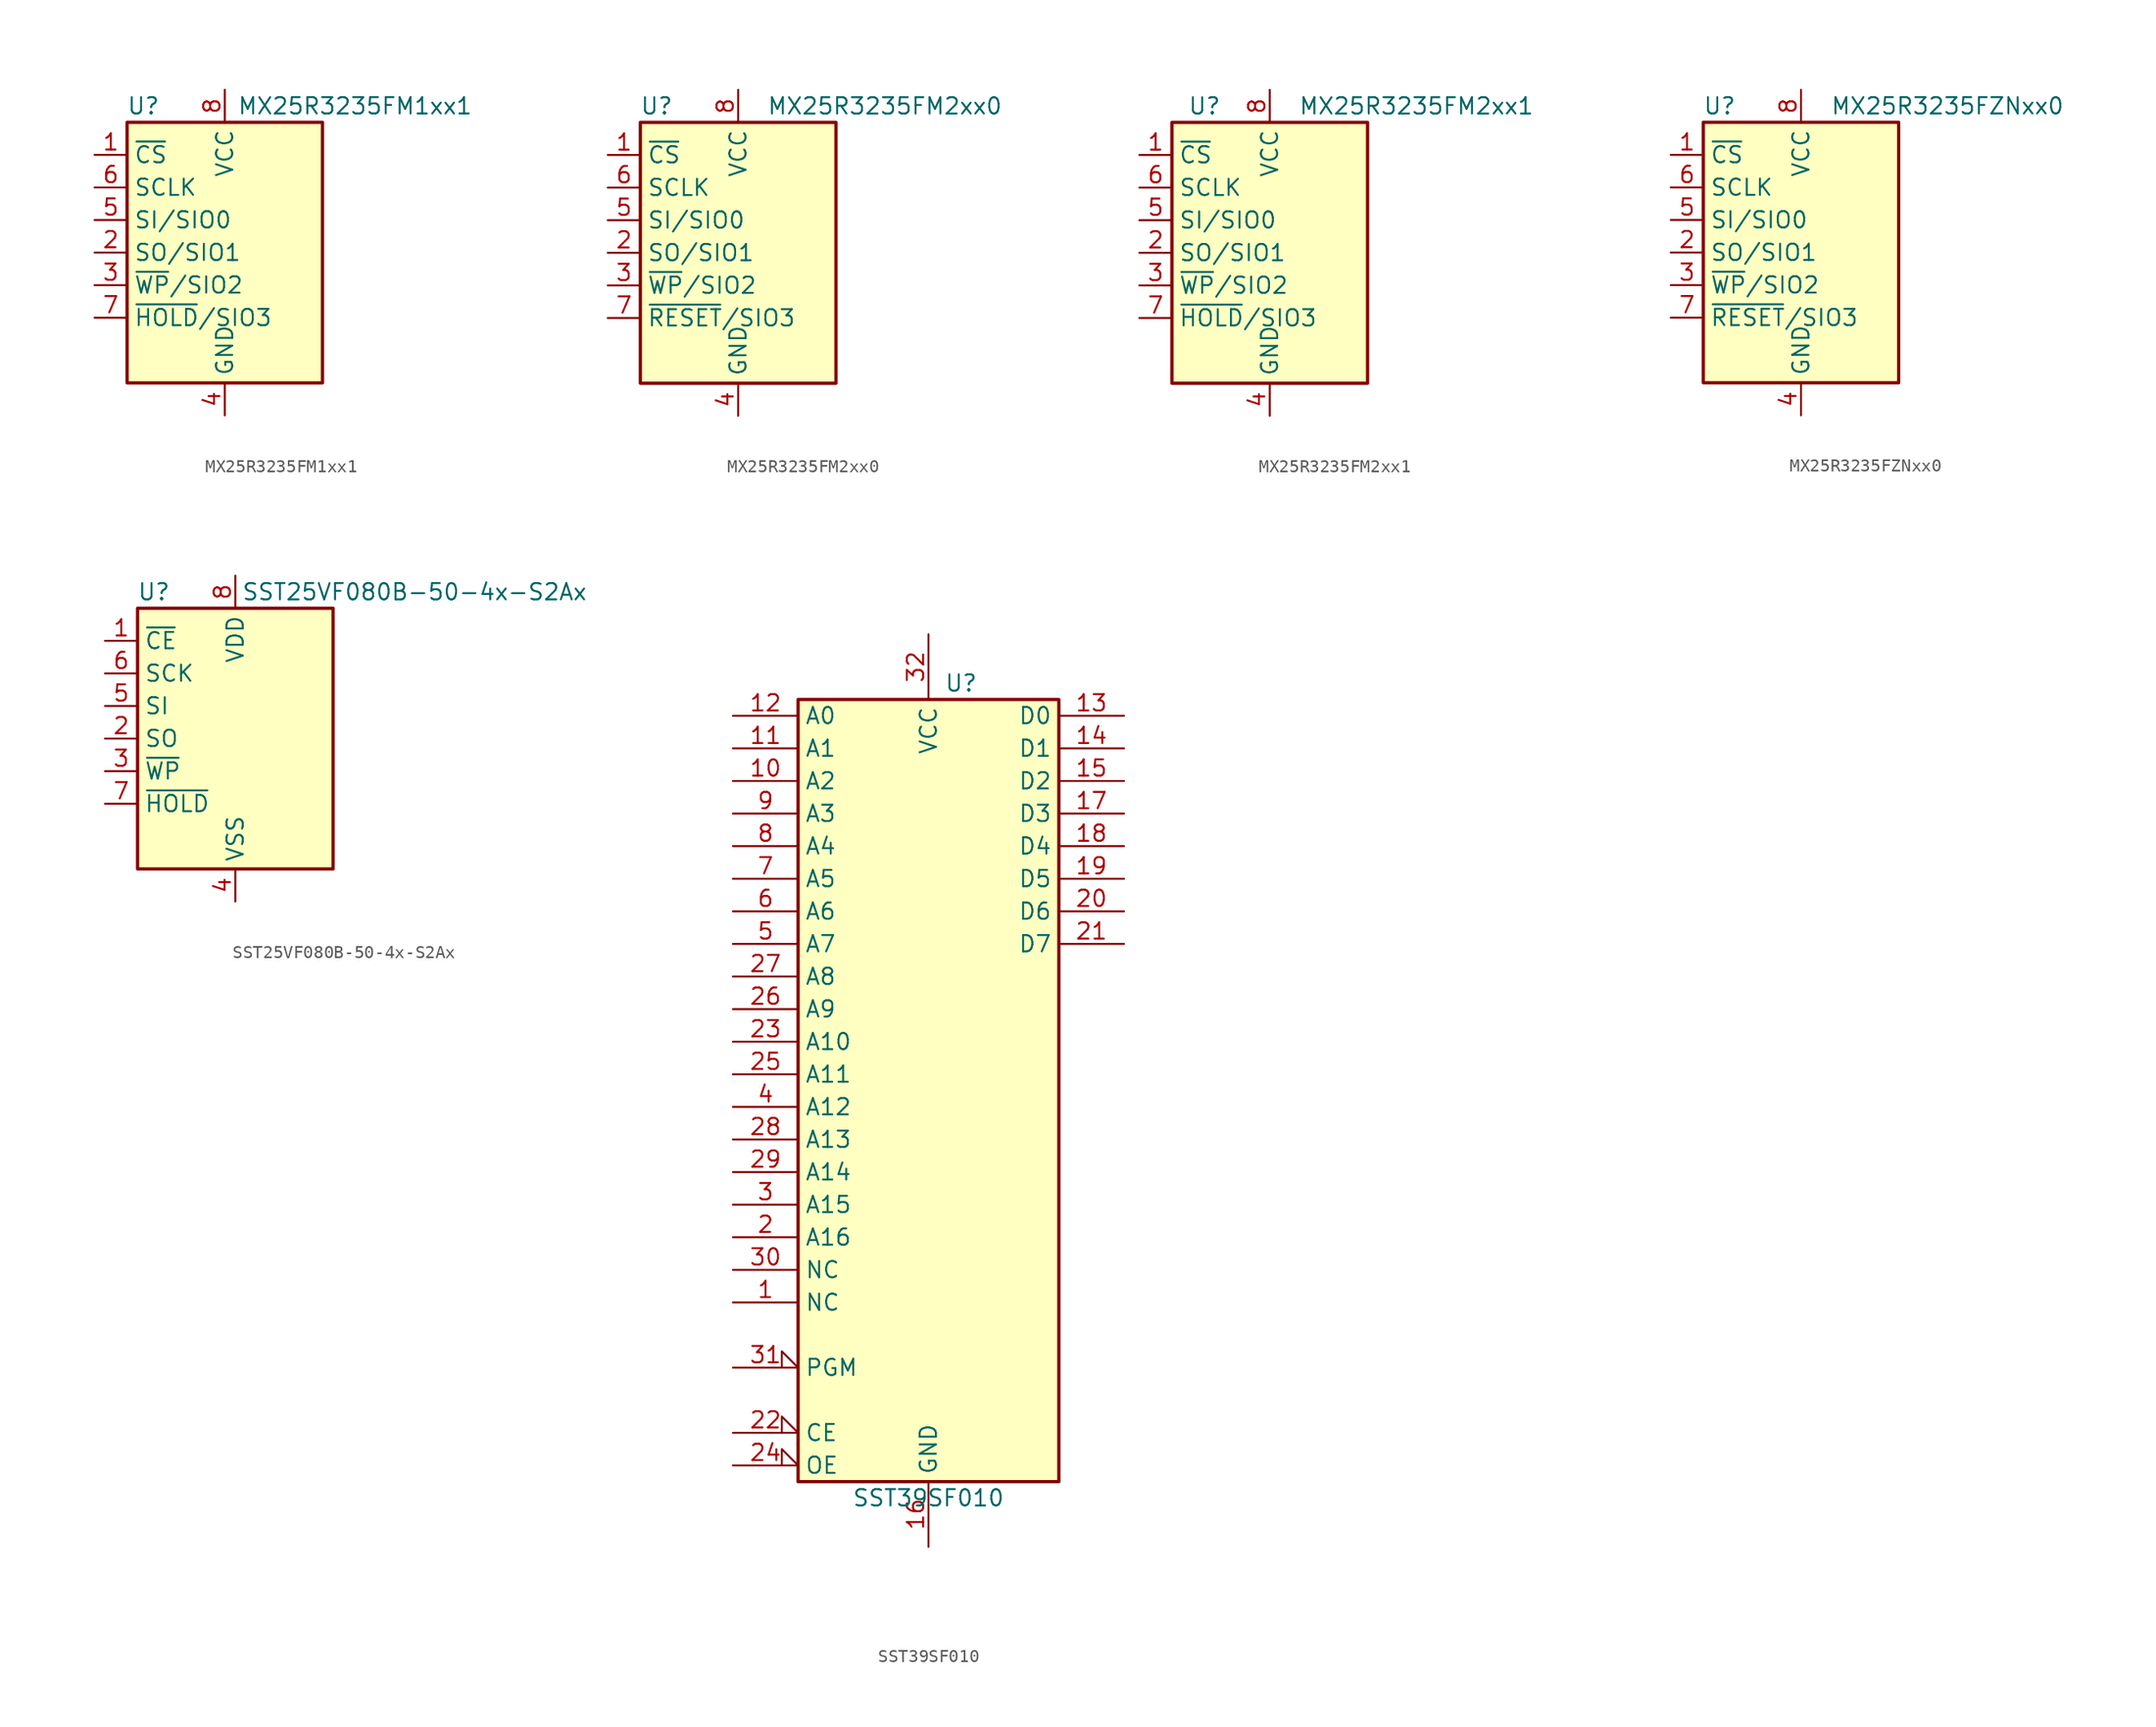
<source format=kicad_sym>
(kicad_symbol_lib
  (version 20211014)
  (generator kicad_symbol_editor)
  (symbol "MX25R3235FM1xx1"
    (property "Reference" "U"
      (at -6.35 11.43 0)
      (effects (font (size 1.27 1.27))))
    (property "Value" "MX25R3235FM1xx1"
      (at 10.16 11.43 0)
      (effects (font (size 1.27 1.27))))
    (symbol "MX25R3235FM1xx1_0_1"
      (rectangle (start -7.62 10.16) (end 7.62 -10.16) (stroke (width 0.254) (type default) (color 0 0 0 0)) (fill (type background))))
    (symbol "MX25R3235FM1xx1_1_1"
      (pin input line (at -10.16 7.62 0) (length 2.54) (name "~{CS}" (effects (font (size 1.27 1.27)))) (number "1" (effects (font (size 1.27 1.27)))))
      (pin bidirectional line (at -10.16 0 0) (length 2.54) (name "SO/SIO1" (effects (font (size 1.27 1.27)))) (number "2" (effects (font (size 1.27 1.27)))))
      (pin bidirectional line (at -10.16 -2.54 0) (length 2.54) (name "~{WP}/SIO2" (effects (font (size 1.27 1.27)))) (number "3" (effects (font (size 1.27 1.27)))))
      (pin power_in line (at 0 -12.7 90) (length 2.54) (name "GND" (effects (font (size 1.27 1.27)))) (number "4" (effects (font (size 1.27 1.27)))))
      (pin bidirectional line (at -10.16 2.54 0) (length 2.54) (name "SI/SIO0" (effects (font (size 1.27 1.27)))) (number "5" (effects (font (size 1.27 1.27)))))
      (pin input line (at -10.16 5.08 0) (length 2.54) (name "SCLK" (effects (font (size 1.27 1.27)))) (number "6" (effects (font (size 1.27 1.27)))))
      (pin bidirectional line (at -10.16 -5.08 0) (length 2.54) (name "~{HOLD}/SIO3" (effects (font (size 1.27 1.27)))) (number "7" (effects (font (size 1.27 1.27)))))
      (pin power_in line (at 0 12.7 270) (length 2.54) (name "VCC" (effects (font (size 1.27 1.27)))) (number "8" (effects (font (size 1.27 1.27)))))))
  (symbol "MX25R3235FM2xx0"
    (property "Reference" "U"
      (at -6.35 11.43 0)
      (effects (font (size 1.27 1.27))))
    (property "Value" "MX25R3235FM2xx0"
      (at 11.43 11.43 0)
      (effects (font (size 1.27 1.27))))
    (symbol "MX25R3235FM2xx0_0_1"
      (rectangle (start -7.62 10.16) (end 7.62 -10.16) (stroke (width 0.254) (type default) (color 0 0 0 0)) (fill (type background))))
    (symbol "MX25R3235FM2xx0_1_1"
      (pin input line (at -10.16 7.62 0) (length 2.54) (name "~{CS}" (effects (font (size 1.27 1.27)))) (number "1" (effects (font (size 1.27 1.27)))))
      (pin bidirectional line (at -10.16 0 0) (length 2.54) (name "SO/SIO1" (effects (font (size 1.27 1.27)))) (number "2" (effects (font (size 1.27 1.27)))))
      (pin bidirectional line (at -10.16 -2.54 0) (length 2.54) (name "~{WP}/SIO2" (effects (font (size 1.27 1.27)))) (number "3" (effects (font (size 1.27 1.27)))))
      (pin power_in line (at 0 -12.7 90) (length 2.54) (name "GND" (effects (font (size 1.27 1.27)))) (number "4" (effects (font (size 1.27 1.27)))))
      (pin bidirectional line (at -10.16 2.54 0) (length 2.54) (name "SI/SIO0" (effects (font (size 1.27 1.27)))) (number "5" (effects (font (size 1.27 1.27)))))
      (pin input line (at -10.16 5.08 0) (length 2.54) (name "SCLK" (effects (font (size 1.27 1.27)))) (number "6" (effects (font (size 1.27 1.27)))))
      (pin bidirectional line (at -10.16 -5.08 0) (length 2.54) (name "~{RESET}/SIO3" (effects (font (size 1.27 1.27)))) (number "7" (effects (font (size 1.27 1.27)))))
      (pin power_in line (at 0 12.7 270) (length 2.54) (name "VCC" (effects (font (size 1.27 1.27)))) (number "8" (effects (font (size 1.27 1.27)))))))
  (symbol "MX25R3235FM2xx1"
    (property "Reference" "U"
      (at -5.08 11.43 0)
      (effects (font (size 1.27 1.27))))
    (property "Value" "MX25R3235FM2xx1"
      (at 11.43 11.43 0)
      (effects (font (size 1.27 1.27))))
    (symbol "MX25R3235FM2xx1_0_1"
      (rectangle (start -7.62 10.16) (end 7.62 -10.16) (stroke (width 0.254) (type default) (color 0 0 0 0)) (fill (type background))))
    (symbol "MX25R3235FM2xx1_1_1"
      (pin input line (at -10.16 7.62 0) (length 2.54) (name "~{CS}" (effects (font (size 1.27 1.27)))) (number "1" (effects (font (size 1.27 1.27)))))
      (pin bidirectional line (at -10.16 0 0) (length 2.54) (name "SO/SIO1" (effects (font (size 1.27 1.27)))) (number "2" (effects (font (size 1.27 1.27)))))
      (pin bidirectional line (at -10.16 -2.54 0) (length 2.54) (name "~{WP}/SIO2" (effects (font (size 1.27 1.27)))) (number "3" (effects (font (size 1.27 1.27)))))
      (pin power_in line (at 0 -12.7 90) (length 2.54) (name "GND" (effects (font (size 1.27 1.27)))) (number "4" (effects (font (size 1.27 1.27)))))
      (pin bidirectional line (at -10.16 2.54 0) (length 2.54) (name "SI/SIO0" (effects (font (size 1.27 1.27)))) (number "5" (effects (font (size 1.27 1.27)))))
      (pin input line (at -10.16 5.08 0) (length 2.54) (name "SCLK" (effects (font (size 1.27 1.27)))) (number "6" (effects (font (size 1.27 1.27)))))
      (pin bidirectional line (at -10.16 -5.08 0) (length 2.54) (name "~{HOLD}/SIO3" (effects (font (size 1.27 1.27)))) (number "7" (effects (font (size 1.27 1.27)))))
      (pin power_in line (at 0 12.7 270) (length 2.54) (name "VCC" (effects (font (size 1.27 1.27)))) (number "8" (effects (font (size 1.27 1.27)))))))
  (symbol "MX25R3235FZNxx0"
    (property "Reference" "U"
      (at -6.35 11.43 0)
      (effects (font (size 1.27 1.27))))
    (property "Value" "MX25R3235FZNxx0"
      (at 11.43 11.43 0)
      (effects (font (size 1.27 1.27))))
    (symbol "MX25R3235FZNxx0_0_1"
      (rectangle (start -7.62 10.16) (end 7.62 -10.16) (stroke (width 0.254) (type default) (color 0 0 0 0)) (fill (type background))))
    (symbol "MX25R3235FZNxx0_1_1"
      (pin input line (at -10.16 7.62 0) (length 2.54) (name "~{CS}" (effects (font (size 1.27 1.27)))) (number "1" (effects (font (size 1.27 1.27)))))
      (pin bidirectional line (at -10.16 0 0) (length 2.54) (name "SO/SIO1" (effects (font (size 1.27 1.27)))) (number "2" (effects (font (size 1.27 1.27)))))
      (pin bidirectional line (at -10.16 -2.54 0) (length 2.54) (name "~{WP}/SIO2" (effects (font (size 1.27 1.27)))) (number "3" (effects (font (size 1.27 1.27)))))
      (pin power_in line (at 0 -12.7 90) (length 2.54) (name "GND" (effects (font (size 1.27 1.27)))) (number "4" (effects (font (size 1.27 1.27)))))
      (pin bidirectional line (at -10.16 2.54 0) (length 2.54) (name "SI/SIO0" (effects (font (size 1.27 1.27)))) (number "5" (effects (font (size 1.27 1.27)))))
      (pin input line (at -10.16 5.08 0) (length 2.54) (name "SCLK" (effects (font (size 1.27 1.27)))) (number "6" (effects (font (size 1.27 1.27)))))
      (pin bidirectional line (at -10.16 -5.08 0) (length 2.54) (name "~{RESET}/SIO3" (effects (font (size 1.27 1.27)))) (number "7" (effects (font (size 1.27 1.27)))))
      (pin power_in line (at 0 12.7 270) (length 2.54) (name "VCC" (effects (font (size 1.27 1.27)))) (number "8" (effects (font (size 1.27 1.27)))))
      (pin passive line (at 0 -12.7 90) (length 2.54) hide (name "GND" (effects (font (size 1.27 1.27)))) (number "9" (effects (font (size 1.27 1.27)))))))
  (symbol "SST25VF080B-50-4x-S2Ax"
    (property "Reference" "U"
      (at -6.35 11.43 0)
      (effects (font (size 1.27 1.27))))
    (property "Value" "SST25VF080B-50-4x-S2Ax"
      (at 13.97 11.43 0)
      (effects (font (size 1.27 1.27))))
    (symbol "SST25VF080B-50-4x-S2Ax_0_1"
      (rectangle (start -7.62 10.16) (end 7.62 -10.16) (stroke (width 0.254) (type default) (color 0 0 0 0)) (fill (type background))))
    (symbol "SST25VF080B-50-4x-S2Ax_1_1"
      (pin input line (at -10.16 7.62 0) (length 2.54) (name "~{CE}" (effects (font (size 1.27 1.27)))) (number "1" (effects (font (size 1.27 1.27)))))
      (pin output line (at -10.16 0 0) (length 2.54) (name "SO" (effects (font (size 1.27 1.27)))) (number "2" (effects (font (size 1.27 1.27)))))
      (pin input line (at -10.16 -2.54 0) (length 2.54) (name "~{WP}" (effects (font (size 1.27 1.27)))) (number "3" (effects (font (size 1.27 1.27)))))
      (pin power_in line (at 0 -12.7 90) (length 2.54) (name "VSS" (effects (font (size 1.27 1.27)))) (number "4" (effects (font (size 1.27 1.27)))))
      (pin input line (at -10.16 2.54 0) (length 2.54) (name "SI" (effects (font (size 1.27 1.27)))) (number "5" (effects (font (size 1.27 1.27)))))
      (pin input line (at -10.16 5.08 0) (length 2.54) (name "SCK" (effects (font (size 1.27 1.27)))) (number "6" (effects (font (size 1.27 1.27)))))
      (pin input line (at -10.16 -5.08 0) (length 2.54) (name "~{HOLD}" (effects (font (size 1.27 1.27)))) (number "7" (effects (font (size 1.27 1.27)))))
      (pin power_in line (at 0 12.7 270) (length 2.54) (name "VDD" (effects (font (size 1.27 1.27)))) (number "8" (effects (font (size 1.27 1.27)))))))
  (symbol "SST39SF010"
    (property "Reference" "U"
      (at 2.54 33.02 0)
      (effects (font (size 1.27 1.27))))
    (property "Value" "SST39SF010"
      (at 0 -30.48 0)
      (effects (font (size 1.27 1.27))))
    (symbol "SST39SF010_0_0"
      (pin power_in line (at 0 -34.29 90) (length 5.08) (name "GND" (effects (font (size 1.27 1.27)))) (number "16" (effects (font (size 1.27 1.27)))))
      (pin power_in line (at 0 36.83 270) (length 5.08) (name "VCC" (effects (font (size 1.27 1.27)))) (number "32" (effects (font (size 1.27 1.27))))))
    (symbol "SST39SF010_0_1"
      (rectangle (start -10.16 31.75) (end 10.16 -29.21) (stroke (width 0.254) (type default) (color 0 0 0 0)) (fill (type background))))
    (symbol "SST39SF010_1_1"
      (pin input line (at -15.24 -15.24 0) (length 5.08) (name "NC" (effects (font (size 1.27 1.27)))) (number "1" (effects (font (size 1.27 1.27)))))
      (pin input line (at -15.24 25.4 0) (length 5.08) (name "A2" (effects (font (size 1.27 1.27)))) (number "10" (effects (font (size 1.27 1.27)))))
      (pin input line (at -15.24 27.94 0) (length 5.08) (name "A1" (effects (font (size 1.27 1.27)))) (number "11" (effects (font (size 1.27 1.27)))))
      (pin input line (at -15.24 30.48 0) (length 5.08) (name "A0" (effects (font (size 1.27 1.27)))) (number "12" (effects (font (size 1.27 1.27)))))
      (pin tri_state line (at 15.24 30.48 180) (length 5.08) (name "D0" (effects (font (size 1.27 1.27)))) (number "13" (effects (font (size 1.27 1.27)))))
      (pin tri_state line (at 15.24 27.94 180) (length 5.08) (name "D1" (effects (font (size 1.27 1.27)))) (number "14" (effects (font (size 1.27 1.27)))))
      (pin tri_state line (at 15.24 25.4 180) (length 5.08) (name "D2" (effects (font (size 1.27 1.27)))) (number "15" (effects (font (size 1.27 1.27)))))
      (pin tri_state line (at 15.24 22.86 180) (length 5.08) (name "D3" (effects (font (size 1.27 1.27)))) (number "17" (effects (font (size 1.27 1.27)))))
      (pin tri_state line (at 15.24 20.32 180) (length 5.08) (name "D4" (effects (font (size 1.27 1.27)))) (number "18" (effects (font (size 1.27 1.27)))))
      (pin tri_state line (at 15.24 17.78 180) (length 5.08) (name "D5" (effects (font (size 1.27 1.27)))) (number "19" (effects (font (size 1.27 1.27)))))
      (pin input line (at -15.24 -10.16 0) (length 5.08) (name "A16" (effects (font (size 1.27 1.27)))) (number "2" (effects (font (size 1.27 1.27)))))
      (pin tri_state line (at 15.24 15.24 180) (length 5.08) (name "D6" (effects (font (size 1.27 1.27)))) (number "20" (effects (font (size 1.27 1.27)))))
      (pin tri_state line (at 15.24 12.7 180) (length 5.08) (name "D7" (effects (font (size 1.27 1.27)))) (number "21" (effects (font (size 1.27 1.27)))))
      (pin input input_low (at -15.24 -25.4 0) (length 5.08) (name "CE" (effects (font (size 1.27 1.27)))) (number "22" (effects (font (size 1.27 1.27)))))
      (pin input line (at -15.24 5.08 0) (length 5.08) (name "A10" (effects (font (size 1.27 1.27)))) (number "23" (effects (font (size 1.27 1.27)))))
      (pin input input_low (at -15.24 -27.94 0) (length 5.08) (name "OE" (effects (font (size 1.27 1.27)))) (number "24" (effects (font (size 1.27 1.27)))))
      (pin input line (at -15.24 2.54 0) (length 5.08) (name "A11" (effects (font (size 1.27 1.27)))) (number "25" (effects (font (size 1.27 1.27)))))
      (pin input line (at -15.24 7.62 0) (length 5.08) (name "A9" (effects (font (size 1.27 1.27)))) (number "26" (effects (font (size 1.27 1.27)))))
      (pin input line (at -15.24 10.16 0) (length 5.08) (name "A8" (effects (font (size 1.27 1.27)))) (number "27" (effects (font (size 1.27 1.27)))))
      (pin input line (at -15.24 -2.54 0) (length 5.08) (name "A13" (effects (font (size 1.27 1.27)))) (number "28" (effects (font (size 1.27 1.27)))))
      (pin input line (at -15.24 -5.08 0) (length 5.08) (name "A14" (effects (font (size 1.27 1.27)))) (number "29" (effects (font (size 1.27 1.27)))))
      (pin input line (at -15.24 -7.62 0) (length 5.08) (name "A15" (effects (font (size 1.27 1.27)))) (number "3" (effects (font (size 1.27 1.27)))))
      (pin input line (at -15.24 -12.7 0) (length 5.08) (name "NC" (effects (font (size 1.27 1.27)))) (number "30" (effects (font (size 1.27 1.27)))))
      (pin input input_low (at -15.24 -20.32 0) (length 5.08) (name "PGM" (effects (font (size 1.27 1.27)))) (number "31" (effects (font (size 1.27 1.27)))))
      (pin input line (at -15.24 0 0) (length 5.08) (name "A12" (effects (font (size 1.27 1.27)))) (number "4" (effects (font (size 1.27 1.27)))))
      (pin input line (at -15.24 12.7 0) (length 5.08) (name "A7" (effects (font (size 1.27 1.27)))) (number "5" (effects (font (size 1.27 1.27)))))
      (pin input line (at -15.24 15.24 0) (length 5.08) (name "A6" (effects (font (size 1.27 1.27)))) (number "6" (effects (font (size 1.27 1.27)))))
      (pin input line (at -15.24 17.78 0) (length 5.08) (name "A5" (effects (font (size 1.27 1.27)))) (number "7" (effects (font (size 1.27 1.27)))))
      (pin input line (at -15.24 20.32 0) (length 5.08) (name "A4" (effects (font (size 1.27 1.27)))) (number "8" (effects (font (size 1.27 1.27)))))
      (pin input line (at -15.24 22.86 0) (length 5.08) (name "A3" (effects (font (size 1.27 1.27)))) (number "9" (effects (font (size 1.27 1.27))))))))
</source>
